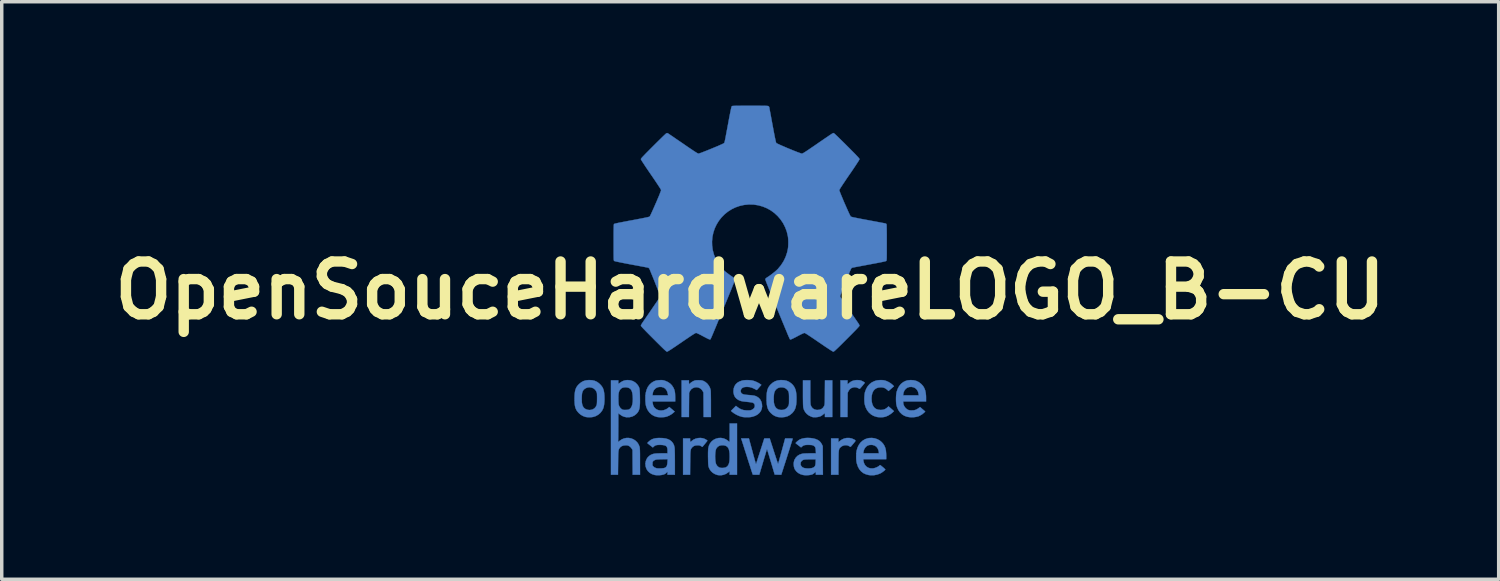
<source format=kicad_pcb>
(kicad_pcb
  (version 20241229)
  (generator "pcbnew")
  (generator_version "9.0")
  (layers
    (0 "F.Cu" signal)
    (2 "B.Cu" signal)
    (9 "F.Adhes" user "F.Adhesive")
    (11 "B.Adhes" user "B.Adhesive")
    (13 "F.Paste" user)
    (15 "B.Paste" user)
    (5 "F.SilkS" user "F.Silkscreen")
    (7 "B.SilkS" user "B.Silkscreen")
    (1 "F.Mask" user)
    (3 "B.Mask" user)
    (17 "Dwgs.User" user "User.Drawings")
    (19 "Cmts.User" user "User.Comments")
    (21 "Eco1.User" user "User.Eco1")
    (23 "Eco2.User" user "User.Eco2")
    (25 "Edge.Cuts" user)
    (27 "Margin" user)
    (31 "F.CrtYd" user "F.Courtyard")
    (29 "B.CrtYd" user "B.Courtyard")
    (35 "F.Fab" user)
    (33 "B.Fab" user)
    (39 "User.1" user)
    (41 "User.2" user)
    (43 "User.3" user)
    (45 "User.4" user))
  (footprint "OpenSouceHardwareLOGO_B-CU"
    (layer "F.Cu")
    (at 18.622 5.339)
    (property "Reference" "OpenSouceHardwareLOGO_B-CU" (at 0 0 0) (layer "F.SilkS") (effects (font (size 1.524 1.524) (thickness 0.3))))
    (attr through_hole)
    (fp_poly (pts (xy 2.928 4.276) (xy 2.979 4.297) (xy 3.011 4.313) (xy 3.031 4.325) (xy 3.04 4.337) (xy 3.039 4.351) (xy 3.026 4.371) (xy 3.003 4.399) (xy 2.985 4.421) (xy 2.958 4.453) (xy 2.935 4.48) (xy 2.917 4.501) (xy 2.908 4.512) (xy 2.898 4.518) (xy 2.886 4.515) (xy 2.873 4.507) (xy 2.823 4.481) (xy 2.768 4.471) (xy 2.713 4.476) (xy 2.661 4.495) (xy 2.621 4.522) (xy 2.606 4.536) (xy 2.592 4.549) (xy 2.581 4.563) (xy 2.573 4.579) (xy 2.566 4.599) (xy 2.561 4.625) (xy 2.557 4.658) (xy 2.554 4.699) (xy 2.553 4.751) (xy 2.552 4.816) (xy 2.551 4.894) (xy 2.55 4.976) (xy 2.548 5.326) (xy 2.337 5.326) (xy 2.337 4.276) (xy 2.548 4.276) (xy 2.548 4.387) (xy 2.589 4.351) (xy 2.649 4.309) (xy 2.715 4.279) (xy 2.786 4.264) (xy 2.858 4.263) (xy 2.928 4.276)) (stroke (width 0.01) (type solid)) (fill yes) (layer "B.Cu"))
    (fp_poly (pts (xy 3.148 2.594) (xy 3.178 2.598) (xy 3.181 2.599) (xy 3.205 2.607) (xy 3.234 2.619) (xy 3.263 2.634) (xy 3.288 2.649) (xy 3.305 2.661) (xy 3.31 2.668) (xy 3.305 2.676) (xy 3.292 2.694) (xy 3.272 2.718) (xy 3.249 2.747) (xy 3.224 2.776) (xy 3.201 2.803) (xy 3.181 2.826) (xy 3.168 2.841) (xy 3.163 2.845) (xy 3.155 2.841) (xy 3.136 2.832) (xy 3.123 2.825) (xy 3.071 2.803) (xy 3.019 2.797) (xy 2.976 2.802) (xy 2.922 2.821) (xy 2.879 2.853) (xy 2.845 2.898) (xy 2.839 2.91) (xy 2.815 2.959) (xy 2.81 3.658) (xy 2.608 3.658) (xy 2.608 2.599) (xy 2.811 2.599) (xy 2.811 2.654) (xy 2.812 2.682) (xy 2.814 2.702) (xy 2.816 2.709) (xy 2.825 2.704) (xy 2.842 2.69) (xy 2.859 2.675) (xy 2.912 2.635) (xy 2.969 2.609) (xy 3.036 2.595) (xy 3.067 2.592) (xy 3.108 2.592) (xy 3.148 2.594)) (stroke (width 0.01) (type solid)) (fill yes) (layer "B.Cu"))
    (fp_poly (pts (xy -1.374 4.27) (xy -1.334 4.282) (xy -1.303 4.296) (xy -1.275 4.311) (xy -1.253 4.326) (xy -1.239 4.338) (xy -1.238 4.344) (xy -1.244 4.353) (xy -1.259 4.372) (xy -1.28 4.399) (xy -1.306 4.431) (xy -1.311 4.436) (xy -1.381 4.521) (xy -1.421 4.498) (xy -1.445 4.485) (xy -1.468 4.478) (xy -1.496 4.475) (xy -1.524 4.475) (xy -1.581 4.48) (xy -1.626 4.495) (xy -1.665 4.523) (xy -1.683 4.542) (xy -1.694 4.556) (xy -1.703 4.57) (xy -1.711 4.585) (xy -1.717 4.602) (xy -1.721 4.624) (xy -1.725 4.652) (xy -1.728 4.689) (xy -1.73 4.735) (xy -1.731 4.792) (xy -1.732 4.862) (xy -1.733 4.946) (xy -1.734 4.981) (xy -1.737 5.326) (xy -1.939 5.326) (xy -1.939 4.276) (xy -1.736 4.276) (xy -1.736 4.325) (xy -1.735 4.352) (xy -1.733 4.372) (xy -1.731 4.379) (xy -1.723 4.377) (xy -1.707 4.365) (xy -1.692 4.351) (xy -1.64 4.312) (xy -1.578 4.284) (xy -1.511 4.267) (xy -1.441 4.262) (xy -1.374 4.27)) (stroke (width 0.01) (type solid)) (fill yes) (layer "B.Cu"))
    (fp_poly (pts (xy -1.449 2.596) (xy -1.415 2.598) (xy -1.388 2.603) (xy -1.363 2.611) (xy -1.352 2.615) (xy -1.294 2.647) (xy -1.241 2.692) (xy -1.197 2.748) (xy -1.163 2.811) (xy -1.143 2.877) (xy -1.143 2.878) (xy -1.141 2.897) (xy -1.139 2.931) (xy -1.138 2.978) (xy -1.137 3.037) (xy -1.136 3.106) (xy -1.135 3.182) (xy -1.135 3.265) (xy -1.135 3.29) (xy -1.135 3.658) (xy -1.346 3.658) (xy -1.348 3.304) (xy -1.35 2.95) (xy -1.372 2.908) (xy -1.405 2.862) (xy -1.449 2.827) (xy -1.5 2.805) (xy -1.508 2.803) (xy -1.566 2.797) (xy -1.619 2.807) (xy -1.67 2.831) (xy -1.699 2.851) (xy -1.72 2.875) (xy -1.74 2.908) (xy -1.765 2.958) (xy -1.768 3.308) (xy -1.77 3.658) (xy -1.981 3.658) (xy -1.981 2.599) (xy -1.77 2.599) (xy -1.77 2.654) (xy -1.769 2.682) (xy -1.767 2.702) (xy -1.765 2.709) (xy -1.757 2.704) (xy -1.741 2.69) (xy -1.729 2.679) (xy -1.704 2.658) (xy -1.672 2.637) (xy -1.643 2.621) (xy -1.617 2.61) (xy -1.595 2.602) (xy -1.572 2.598) (xy -1.544 2.596) (xy -1.505 2.595) (xy -1.494 2.595) (xy -1.449 2.596)) (stroke (width 0.01) (type solid)) (fill yes) (layer "B.Cu"))
    (fp_poly (pts (xy 1.736 2.937) (xy 1.736 3.027) (xy 1.736 3.101) (xy 1.737 3.162) (xy 1.738 3.21) (xy 1.74 3.248) (xy 1.742 3.276) (xy 1.744 3.297) (xy 1.747 3.312) (xy 1.748 3.314) (xy 1.772 3.367) (xy 1.807 3.408) (xy 1.853 3.437) (xy 1.909 3.452) (xy 1.945 3.454) (xy 2.007 3.447) (xy 2.058 3.427) (xy 2.1 3.393) (xy 2.133 3.344) (xy 2.137 3.336) (xy 2.141 3.326) (xy 2.145 3.315) (xy 2.148 3.302) (xy 2.15 3.285) (xy 2.152 3.262) (xy 2.154 3.232) (xy 2.155 3.193) (xy 2.156 3.143) (xy 2.156 3.08) (xy 2.157 3.003) (xy 2.157 2.949) (xy 2.16 2.599) (xy 2.371 2.599) (xy 2.371 3.658) (xy 2.159 3.658) (xy 2.159 3.603) (xy 2.158 3.575) (xy 2.156 3.555) (xy 2.154 3.548) (xy 2.145 3.553) (xy 2.128 3.567) (xy 2.111 3.582) (xy 2.063 3.619) (xy 2.011 3.644) (xy 1.951 3.658) (xy 1.897 3.663) (xy 1.851 3.664) (xy 1.817 3.662) (xy 1.789 3.656) (xy 1.774 3.651) (xy 1.7 3.617) (xy 1.638 3.571) (xy 1.589 3.515) (xy 1.553 3.449) (xy 1.533 3.379) (xy 1.531 3.36) (xy 1.529 3.326) (xy 1.527 3.278) (xy 1.526 3.219) (xy 1.525 3.15) (xy 1.524 3.073) (xy 1.524 2.99) (xy 1.524 2.966) (xy 1.524 2.599) (xy 1.736 2.599) (xy 1.736 2.937)) (stroke (width 0.01) (type solid)) (fill yes) (layer "B.Cu"))
    (fp_poly (pts (xy 3.821 2.592) (xy 3.858 2.596) (xy 3.893 2.604) (xy 3.926 2.615) (xy 3.986 2.641) (xy 4.046 2.676) (xy 4.1 2.717) (xy 4.128 2.743) (xy 4.153 2.77) (xy 4.131 2.788) (xy 4.114 2.802) (xy 4.089 2.824) (xy 4.061 2.849) (xy 4.052 2.856) (xy 3.996 2.906) (xy 3.958 2.871) (xy 3.912 2.835) (xy 3.867 2.813) (xy 3.816 2.802) (xy 3.772 2.8) (xy 3.702 2.807) (xy 3.643 2.827) (xy 3.594 2.861) (xy 3.556 2.907) (xy 3.528 2.967) (xy 3.511 3.04) (xy 3.505 3.125) (xy 3.505 3.128) (xy 3.511 3.214) (xy 3.527 3.287) (xy 3.554 3.346) (xy 3.591 3.393) (xy 3.64 3.427) (xy 3.699 3.447) (xy 3.769 3.454) (xy 3.774 3.454) (xy 3.839 3.448) (xy 3.895 3.429) (xy 3.948 3.394) (xy 3.961 3.382) (xy 3.996 3.351) (xy 4.044 3.392) (xy 4.073 3.417) (xy 4.101 3.442) (xy 4.122 3.461) (xy 4.153 3.488) (xy 4.102 3.535) (xy 4.042 3.581) (xy 3.976 3.62) (xy 3.908 3.648) (xy 3.89 3.653) (xy 3.843 3.661) (xy 3.787 3.665) (xy 3.728 3.664) (xy 3.673 3.658) (xy 3.648 3.653) (xy 3.565 3.625) (xy 3.492 3.583) (xy 3.43 3.528) (xy 3.378 3.461) (xy 3.337 3.38) (xy 3.314 3.31) (xy 3.304 3.263) (xy 3.299 3.204) (xy 3.297 3.138) (xy 3.299 3.072) (xy 3.304 3.009) (xy 3.312 2.954) (xy 3.317 2.934) (xy 3.35 2.846) (xy 3.394 2.77) (xy 3.449 2.707) (xy 3.515 2.657) (xy 3.592 2.62) (xy 3.645 2.604) (xy 3.678 2.598) (xy 3.72 2.593) (xy 3.764 2.591) (xy 3.776 2.591) (xy 3.821 2.592)) (stroke (width 0.01) (type solid)) (fill yes) (layer "B.Cu"))
    (fp_poly (pts (xy 4.728 2.597) (xy 4.803 2.617) (xy 4.872 2.651) (xy 4.935 2.7) (xy 4.949 2.713) (xy 4.995 2.765) (xy 5.029 2.822) (xy 5.054 2.886) (xy 5.07 2.959) (xy 5.079 3.044) (xy 5.08 3.101) (xy 5.08 3.209) (xy 4.42 3.209) (xy 4.42 3.238) (xy 4.427 3.291) (xy 4.449 3.344) (xy 4.483 3.392) (xy 4.525 3.43) (xy 4.553 3.447) (xy 4.577 3.457) (xy 4.602 3.463) (xy 4.634 3.466) (xy 4.669 3.466) (xy 4.724 3.464) (xy 4.769 3.454) (xy 4.812 3.436) (xy 4.858 3.407) (xy 4.867 3.4) (xy 4.907 3.371) (xy 5.056 3.499) (xy 5.024 3.532) (xy 4.963 3.582) (xy 4.89 3.623) (xy 4.853 3.639) (xy 4.799 3.653) (xy 4.735 3.662) (xy 4.666 3.665) (xy 4.599 3.661) (xy 4.539 3.651) (xy 4.53 3.649) (xy 4.451 3.62) (xy 4.383 3.577) (xy 4.325 3.521) (xy 4.278 3.453) (xy 4.242 3.372) (xy 4.228 3.322) (xy 4.219 3.276) (xy 4.214 3.217) (xy 4.212 3.152) (xy 4.213 3.085) (xy 4.217 3.031) (xy 4.417 3.031) (xy 4.87 3.031) (xy 4.864 2.991) (xy 4.848 2.926) (xy 4.819 2.873) (xy 4.78 2.832) (xy 4.73 2.803) (xy 4.67 2.789) (xy 4.656 2.787) (xy 4.596 2.791) (xy 4.542 2.809) (xy 4.496 2.841) (xy 4.459 2.885) (xy 4.434 2.939) (xy 4.423 2.989) (xy 4.417 3.031) (xy 4.217 3.031) (xy 4.217 3.02) (xy 4.224 2.964) (xy 4.232 2.927) (xy 4.262 2.842) (xy 4.301 2.769) (xy 4.35 2.708) (xy 4.361 2.697) (xy 4.42 2.651) (xy 4.481 2.619) (xy 4.549 2.599) (xy 4.627 2.591) (xy 4.644 2.591) (xy 4.728 2.597)) (stroke (width 0.01) (type solid)) (fill yes) (layer "B.Cu"))
    (fp_poly (pts (xy -2.541 2.592) (xy -2.514 2.596) (xy -2.485 2.603) (xy -2.46 2.611) (xy -2.382 2.645) (xy -2.317 2.688) (xy -2.263 2.741) (xy -2.22 2.807) (xy -2.217 2.813) (xy -2.198 2.854) (xy -2.185 2.894) (xy -2.176 2.936) (xy -2.17 2.985) (xy -2.168 3.045) (xy -2.167 3.084) (xy -2.167 3.209) (xy -2.822 3.209) (xy -2.817 3.259) (xy -2.804 3.319) (xy -2.778 3.371) (xy -2.739 3.413) (xy -2.692 3.445) (xy -2.636 3.464) (xy -2.575 3.471) (xy -2.51 3.463) (xy -2.489 3.458) (xy -2.42 3.43) (xy -2.364 3.391) (xy -2.361 3.389) (xy -2.338 3.368) (xy -2.26 3.434) (xy -2.182 3.501) (xy -2.227 3.541) (xy -2.282 3.583) (xy -2.346 3.619) (xy -2.411 3.645) (xy -2.439 3.653) (xy -2.484 3.66) (xy -2.539 3.664) (xy -2.596 3.665) (xy -2.651 3.661) (xy -2.695 3.655) (xy -2.699 3.654) (xy -2.778 3.627) (xy -2.848 3.586) (xy -2.907 3.532) (xy -2.955 3.467) (xy -2.965 3.449) (xy -2.987 3.404) (xy -3.003 3.36) (xy -3.015 3.314) (xy -3.022 3.261) (xy -3.027 3.197) (xy -3.028 3.167) (xy -3.027 3.054) (xy -3.025 3.031) (xy -2.822 3.031) (xy -2.371 3.031) (xy -2.376 3.004) (xy -2.394 2.933) (xy -2.421 2.876) (xy -2.457 2.834) (xy -2.503 2.805) (xy -2.558 2.79) (xy -2.574 2.788) (xy -2.637 2.79) (xy -2.693 2.806) (xy -2.741 2.836) (xy -2.779 2.877) (xy -2.805 2.929) (xy -2.817 2.985) (xy -2.822 3.031) (xy -3.025 3.031) (xy -3.015 2.953) (xy -2.991 2.865) (xy -2.956 2.788) (xy -2.909 2.724) (xy -2.853 2.672) (xy -2.803 2.639) (xy -2.754 2.616) (xy -2.701 2.601) (xy -2.638 2.594) (xy -2.616 2.593) (xy -2.573 2.591) (xy -2.541 2.592)) (stroke (width 0.01) (type solid)) (fill yes) (layer "B.Cu"))
    (fp_poly (pts (xy -0.381 5.326) (xy -0.593 5.326) (xy -0.593 5.223) (xy -0.629 5.252) (xy -0.695 5.297) (xy -0.767 5.326) (xy -0.841 5.34) (xy -0.917 5.337) (xy -0.953 5.331) (xy -1.022 5.305) (xy -1.085 5.266) (xy -1.137 5.216) (xy -1.177 5.156) (xy -1.198 5.105) (xy -1.203 5.087) (xy -1.207 5.065) (xy -1.21 5.037) (xy -1.213 5.001) (xy -1.215 4.954) (xy -1.216 4.894) (xy -1.217 4.842) (xy -1.218 4.798) (xy -1.013 4.798) (xy -1.011 4.863) (xy -1.006 4.923) (xy -0.998 4.976) (xy -0.986 5.017) (xy -0.983 5.023) (xy -0.955 5.068) (xy -0.915 5.103) (xy -0.884 5.119) (xy -0.846 5.127) (xy -0.8 5.129) (xy -0.753 5.125) (xy -0.713 5.115) (xy -0.699 5.109) (xy -0.665 5.086) (xy -0.638 5.054) (xy -0.618 5.013) (xy -0.604 4.961) (xy -0.596 4.895) (xy -0.593 4.815) (xy -0.593 4.801) (xy -0.595 4.715) (xy -0.604 4.644) (xy -0.618 4.587) (xy -0.64 4.543) (xy -0.67 4.511) (xy -0.708 4.489) (xy -0.755 4.476) (xy -0.779 4.473) (xy -0.84 4.474) (xy -0.893 4.489) (xy -0.938 4.517) (xy -0.973 4.557) (xy -0.986 4.583) (xy -0.998 4.622) (xy -1.006 4.674) (xy -1.011 4.734) (xy -1.013 4.798) (xy -1.218 4.798) (xy -1.218 4.761) (xy -1.218 4.69) (xy -1.216 4.632) (xy -1.214 4.587) (xy -1.211 4.563) (xy -1.192 4.485) (xy -1.159 4.418) (xy -1.113 4.361) (xy -1.056 4.316) (xy -0.988 4.283) (xy -0.918 4.265) (xy -0.846 4.262) (xy -0.775 4.274) (xy -0.706 4.301) (xy -0.643 4.342) (xy -0.638 4.347) (xy -0.617 4.364) (xy -0.603 4.375) (xy -0.598 4.377) (xy -0.596 4.369) (xy -0.595 4.346) (xy -0.594 4.31) (xy -0.594 4.263) (xy -0.593 4.208) (xy -0.593 4.145) (xy -0.593 4.111) (xy -0.593 3.844) (xy -0.381 3.844) (xy -0.381 5.326)) (stroke (width 0.01) (type solid)) (fill yes) (layer "B.Cu"))
    (fp_poly (pts (xy 3.596 4.273) (xy 3.673 4.299) (xy 3.744 4.338) (xy 3.8 4.385) (xy 3.845 4.437) (xy 3.879 4.492) (xy 3.904 4.555) (xy 3.92 4.626) (xy 3.927 4.71) (xy 3.929 4.764) (xy 3.929 4.877) (xy 3.266 4.877) (xy 3.271 4.925) (xy 3.287 4.989) (xy 3.315 5.044) (xy 3.355 5.088) (xy 3.404 5.12) (xy 3.462 5.139) (xy 3.526 5.143) (xy 3.568 5.139) (xy 3.608 5.128) (xy 3.651 5.112) (xy 3.689 5.093) (xy 3.719 5.073) (xy 3.729 5.064) (xy 3.743 5.051) (xy 3.753 5.046) (xy 3.762 5.051) (xy 3.78 5.065) (xy 3.805 5.085) (xy 3.832 5.107) (xy 3.859 5.13) (xy 3.881 5.151) (xy 3.897 5.166) (xy 3.903 5.174) (xy 3.896 5.185) (xy 3.879 5.203) (xy 3.853 5.224) (xy 3.822 5.247) (xy 3.791 5.268) (xy 3.761 5.285) (xy 3.756 5.288) (xy 3.671 5.32) (xy 3.58 5.338) (xy 3.486 5.34) (xy 3.427 5.334) (xy 3.343 5.312) (xy 3.269 5.278) (xy 3.207 5.23) (xy 3.155 5.169) (xy 3.114 5.096) (xy 3.084 5.009) (xy 3.077 4.983) (xy 3.068 4.93) (xy 3.063 4.866) (xy 3.062 4.796) (xy 3.064 4.728) (xy 3.065 4.707) (xy 3.266 4.707) (xy 3.717 4.707) (xy 3.717 4.684) (xy 3.714 4.661) (xy 3.708 4.632) (xy 3.704 4.617) (xy 3.68 4.56) (xy 3.644 4.515) (xy 3.598 4.484) (xy 3.542 4.466) (xy 3.493 4.462) (xy 3.438 4.467) (xy 3.394 4.481) (xy 3.355 4.508) (xy 3.331 4.532) (xy 3.306 4.566) (xy 3.288 4.602) (xy 3.276 4.647) (xy 3.272 4.671) (xy 3.266 4.707) (xy 3.065 4.707) (xy 3.069 4.665) (xy 3.076 4.623) (xy 3.103 4.535) (xy 3.142 4.458) (xy 3.191 4.392) (xy 3.251 4.339) (xy 3.32 4.298) (xy 3.398 4.272) (xy 3.434 4.266) (xy 3.515 4.262) (xy 3.596 4.273)) (stroke (width 0.01) (type solid)) (fill yes) (layer "B.Cu"))
    (fp_poly (pts (xy -4.561 2.596) (xy -4.49 2.613) (xy -4.426 2.642) (xy -4.367 2.685) (xy -4.327 2.723) (xy -4.291 2.765) (xy -4.264 2.806) (xy -4.244 2.851) (xy -4.229 2.902) (xy -4.219 2.963) (xy -4.212 3.037) (xy -4.211 3.069) (xy -4.209 3.148) (xy -4.213 3.225) (xy -4.22 3.296) (xy -4.231 3.358) (xy -4.244 3.403) (xy -4.279 3.474) (xy -4.328 3.537) (xy -4.388 3.589) (xy -4.458 3.629) (xy -4.527 3.653) (xy -4.573 3.661) (xy -4.629 3.665) (xy -4.687 3.664) (xy -4.739 3.658) (xy -4.766 3.653) (xy -4.835 3.626) (xy -4.901 3.587) (xy -4.958 3.537) (xy -5.005 3.48) (xy -5.024 3.448) (xy -5.041 3.411) (xy -5.054 3.373) (xy -5.063 3.332) (xy -5.069 3.285) (xy -5.073 3.227) (xy -5.074 3.171) (xy -4.867 3.171) (xy -4.863 3.241) (xy -4.853 3.299) (xy -4.836 3.345) (xy -4.813 3.382) (xy -4.782 3.411) (xy -4.751 3.431) (xy -4.697 3.45) (xy -4.637 3.456) (xy -4.578 3.447) (xy -4.541 3.434) (xy -4.496 3.404) (xy -4.459 3.361) (xy -4.435 3.312) (xy -4.43 3.29) (xy -4.427 3.253) (xy -4.425 3.201) (xy -4.424 3.133) (xy -4.424 3.124) (xy -4.424 3.068) (xy -4.425 3.026) (xy -4.426 2.995) (xy -4.428 2.972) (xy -4.432 2.954) (xy -4.437 2.938) (xy -4.444 2.923) (xy -4.475 2.873) (xy -4.518 2.835) (xy -4.57 2.811) (xy -4.63 2.8) (xy -4.654 2.799) (xy -4.699 2.806) (xy -4.744 2.822) (xy -4.784 2.846) (xy -4.812 2.872) (xy -4.831 2.899) (xy -4.844 2.926) (xy -4.854 2.956) (xy -4.86 2.993) (xy -4.864 3.041) (xy -4.866 3.086) (xy -4.867 3.171) (xy -5.074 3.171) (xy -5.074 3.157) (xy -5.075 3.128) (xy -5.073 3.039) (xy -5.067 2.963) (xy -5.057 2.9) (xy -5.041 2.846) (xy -5.019 2.798) (xy -4.99 2.755) (xy -4.953 2.715) (xy -4.941 2.703) (xy -4.882 2.655) (xy -4.822 2.622) (xy -4.756 2.601) (xy -4.68 2.592) (xy -4.644 2.591) (xy -4.561 2.596)) (stroke (width 0.01) (type solid)) (fill yes) (layer "B.Cu"))
    (fp_poly (pts (xy 0.986 2.596) (xy 1.06 2.613) (xy 1.125 2.643) (xy 1.185 2.686) (xy 1.212 2.71) (xy 1.251 2.755) (xy 1.282 2.804) (xy 1.305 2.859) (xy 1.322 2.922) (xy 1.332 2.996) (xy 1.337 3.083) (xy 1.337 3.128) (xy 1.335 3.221) (xy 1.328 3.299) (xy 1.315 3.366) (xy 1.296 3.423) (xy 1.269 3.474) (xy 1.235 3.52) (xy 1.21 3.547) (xy 1.15 3.597) (xy 1.084 3.633) (xy 1.01 3.656) (xy 0.927 3.665) (xy 0.902 3.665) (xy 0.861 3.664) (xy 0.819 3.66) (xy 0.786 3.654) (xy 0.78 3.653) (xy 0.711 3.627) (xy 0.647 3.588) (xy 0.596 3.542) (xy 0.559 3.502) (xy 0.53 3.459) (xy 0.508 3.413) (xy 0.492 3.36) (xy 0.481 3.298) (xy 0.475 3.225) (xy 0.474 3.172) (xy 0.679 3.172) (xy 0.685 3.249) (xy 0.7 3.312) (xy 0.722 3.362) (xy 0.754 3.402) (xy 0.795 3.431) (xy 0.809 3.438) (xy 0.844 3.449) (xy 0.888 3.454) (xy 0.935 3.453) (xy 0.978 3.446) (xy 0.983 3.445) (xy 1.024 3.425) (xy 1.062 3.393) (xy 1.094 3.353) (xy 1.102 3.338) (xy 1.109 3.323) (xy 1.114 3.309) (xy 1.117 3.292) (xy 1.12 3.27) (xy 1.121 3.24) (xy 1.122 3.2) (xy 1.122 3.146) (xy 1.122 3.128) (xy 1.122 3.065) (xy 1.12 3.015) (xy 1.118 2.977) (xy 1.113 2.947) (xy 1.106 2.924) (xy 1.095 2.904) (xy 1.081 2.884) (xy 1.066 2.866) (xy 1.026 2.832) (xy 0.978 2.81) (xy 0.925 2.8) (xy 0.872 2.801) (xy 0.82 2.813) (xy 0.774 2.837) (xy 0.737 2.872) (xy 0.727 2.886) (xy 0.711 2.914) (xy 0.699 2.941) (xy 0.691 2.971) (xy 0.686 3.009) (xy 0.682 3.058) (xy 0.68 3.082) (xy 0.679 3.172) (xy 0.474 3.172) (xy 0.473 3.138) (xy 0.473 3.129) (xy 0.475 3.039) (xy 0.48 2.964) (xy 0.491 2.901) (xy 0.507 2.846) (xy 0.529 2.799) (xy 0.558 2.756) (xy 0.595 2.714) (xy 0.597 2.713) (xy 0.657 2.661) (xy 0.723 2.624) (xy 0.795 2.601) (xy 0.876 2.591) (xy 0.901 2.591) (xy 0.986 2.596)) (stroke (width 0.01) (type solid)) (fill yes) (layer "B.Cu"))
    (fp_poly (pts (xy 1.731 4.264) (xy 1.81 4.274) (xy 1.884 4.292) (xy 1.947 4.319) (xy 1.949 4.32) (xy 2 4.353) (xy 2.039 4.395) (xy 2.071 4.449) (xy 2.073 4.453) (xy 2.095 4.5) (xy 2.098 4.913) (xy 2.1 5.326) (xy 1.897 5.326) (xy 1.897 5.283) (xy 1.896 5.259) (xy 1.894 5.244) (xy 1.892 5.241) (xy 1.884 5.246) (xy 1.869 5.261) (xy 1.855 5.274) (xy 1.81 5.307) (xy 1.776 5.321) (xy 1.731 5.331) (xy 1.677 5.337) (xy 1.618 5.339) (xy 1.563 5.337) (xy 1.519 5.33) (xy 1.447 5.307) (xy 1.384 5.272) (xy 1.332 5.227) (xy 1.293 5.174) (xy 1.277 5.141) (xy 1.262 5.086) (xy 1.257 5.025) (xy 1.258 4.993) (xy 1.454 4.993) (xy 1.455 5.032) (xy 1.471 5.069) (xy 1.5 5.102) (xy 1.527 5.12) (xy 1.565 5.133) (xy 1.614 5.141) (xy 1.669 5.144) (xy 1.724 5.142) (xy 1.775 5.134) (xy 1.816 5.122) (xy 1.82 5.12) (xy 1.848 5.102) (xy 1.868 5.08) (xy 1.881 5.05) (xy 1.888 5.009) (xy 1.891 4.96) (xy 1.892 4.881) (xy 1.74 4.881) (xy 1.675 4.881) (xy 1.624 4.883) (xy 1.585 4.885) (xy 1.556 4.889) (xy 1.533 4.896) (xy 1.515 4.905) (xy 1.499 4.917) (xy 1.494 4.92) (xy 1.466 4.954) (xy 1.454 4.993) (xy 1.258 4.993) (xy 1.26 4.965) (xy 1.273 4.91) (xy 1.28 4.892) (xy 1.318 4.83) (xy 1.367 4.78) (xy 1.427 4.743) (xy 1.497 4.72) (xy 1.511 4.717) (xy 1.535 4.714) (xy 1.573 4.711) (xy 1.62 4.709) (xy 1.673 4.708) (xy 1.729 4.707) (xy 1.899 4.707) (xy 1.895 4.626) (xy 1.891 4.579) (xy 1.883 4.544) (xy 1.871 4.519) (xy 1.852 4.499) (xy 1.828 4.483) (xy 1.811 4.475) (xy 1.79 4.47) (xy 1.762 4.466) (xy 1.721 4.464) (xy 1.702 4.463) (xy 1.641 4.463) (xy 1.595 4.466) (xy 1.558 4.474) (xy 1.529 4.487) (xy 1.503 4.506) (xy 1.5 4.508) (xy 1.47 4.536) (xy 1.391 4.476) (xy 1.36 4.452) (xy 1.335 4.432) (xy 1.318 4.418) (xy 1.312 4.411) (xy 1.319 4.4) (xy 1.336 4.383) (xy 1.359 4.361) (xy 1.386 4.339) (xy 1.413 4.32) (xy 1.436 4.306) (xy 1.438 4.305) (xy 1.499 4.282) (xy 1.571 4.267) (xy 1.65 4.261) (xy 1.731 4.264)) (stroke (width 0.01) (type solid)) (fill yes) (layer "B.Cu"))
    (fp_poly (pts (xy -0.003 2.595) (xy 0.049 2.601) (xy 0.063 2.604) (xy 0.118 2.619) (xy 0.179 2.644) (xy 0.237 2.673) (xy 0.284 2.702) (xy 0.321 2.729) (xy 0.257 2.804) (xy 0.232 2.833) (xy 0.211 2.857) (xy 0.196 2.873) (xy 0.191 2.879) (xy 0.182 2.875) (xy 0.163 2.865) (xy 0.136 2.851) (xy 0.125 2.845) (xy 0.054 2.812) (xy -0.015 2.793) (xy -0.085 2.787) (xy -0.115 2.787) (xy -0.167 2.793) (xy -0.206 2.805) (xy -0.237 2.825) (xy -0.257 2.848) (xy -0.273 2.882) (xy -0.275 2.919) (xy -0.264 2.954) (xy -0.251 2.97) (xy -0.235 2.984) (xy -0.216 2.995) (xy -0.19 3.004) (xy -0.156 3.011) (xy -0.11 3.017) (xy -0.051 3.022) (xy -0.038 3.023) (xy 0.024 3.028) (xy 0.072 3.034) (xy 0.11 3.04) (xy 0.141 3.047) (xy 0.167 3.057) (xy 0.193 3.069) (xy 0.193 3.069) (xy 0.248 3.106) (xy 0.291 3.155) (xy 0.322 3.216) (xy 0.339 3.28) (xy 0.344 3.353) (xy 0.333 3.42) (xy 0.308 3.482) (xy 0.268 3.536) (xy 0.215 3.583) (xy 0.15 3.62) (xy 0.073 3.647) (xy 0.047 3.653) (xy -0.003 3.661) (xy -0.063 3.664) (xy -0.125 3.664) (xy -0.183 3.661) (xy -0.232 3.654) (xy -0.233 3.654) (xy -0.314 3.629) (xy -0.395 3.593) (xy -0.471 3.548) (xy -0.521 3.51) (xy -0.555 3.481) (xy -0.412 3.336) (xy -0.377 3.364) (xy -0.316 3.408) (xy -0.254 3.439) (xy -0.189 3.458) (xy -0.115 3.466) (xy -0.08 3.467) (xy -0.037 3.467) (xy -0.007 3.465) (xy 0.016 3.461) (xy 0.035 3.455) (xy 0.054 3.446) (xy 0.094 3.42) (xy 0.119 3.39) (xy 0.132 3.353) (xy 0.133 3.347) (xy 0.131 3.307) (xy 0.115 3.273) (xy 0.086 3.249) (xy 0.078 3.245) (xy 0.059 3.24) (xy 0.026 3.234) (xy -0.015 3.228) (xy -0.062 3.223) (xy -0.08 3.221) (xy -0.146 3.214) (xy -0.198 3.208) (xy -0.239 3.201) (xy -0.273 3.193) (xy -0.302 3.182) (xy -0.33 3.17) (xy -0.341 3.164) (xy -0.397 3.126) (xy -0.439 3.079) (xy -0.467 3.021) (xy -0.482 2.953) (xy -0.484 2.908) (xy -0.476 2.834) (xy -0.454 2.769) (xy -0.419 2.713) (xy -0.369 2.666) (xy -0.306 2.63) (xy -0.231 2.605) (xy -0.227 2.604) (xy -0.181 2.596) (xy -0.124 2.592) (xy -0.063 2.592) (xy -0.003 2.595)) (stroke (width 0.01) (type solid)) (fill yes) (layer "B.Cu"))
    (fp_poly (pts (xy -2.522 4.267) (xy -2.445 4.278) (xy -2.381 4.296) (xy -2.326 4.322) (xy -2.278 4.357) (xy -2.278 4.357) (xy -2.234 4.408) (xy -2.203 4.468) (xy -2.185 4.539) (xy -2.185 4.542) (xy -2.183 4.564) (xy -2.181 4.6) (xy -2.18 4.648) (xy -2.178 4.708) (xy -2.177 4.775) (xy -2.177 4.849) (xy -2.176 4.927) (xy -2.176 4.964) (xy -2.176 5.326) (xy -2.388 5.326) (xy -2.388 5.283) (xy -2.388 5.259) (xy -2.39 5.244) (xy -2.392 5.241) (xy -2.4 5.247) (xy -2.414 5.261) (xy -2.422 5.27) (xy -2.457 5.299) (xy -2.504 5.32) (xy -2.565 5.333) (xy -2.629 5.339) (xy -2.698 5.339) (xy -2.755 5.333) (xy -2.766 5.33) (xy -2.84 5.306) (xy -2.903 5.269) (xy -2.954 5.221) (xy -2.993 5.163) (xy -3.018 5.095) (xy -3.022 5.074) (xy -3.027 5.008) (xy -2.824 5.008) (xy -2.823 5.04) (xy -2.818 5.061) (xy -2.809 5.077) (xy -2.802 5.084) (xy -2.765 5.115) (xy -2.717 5.134) (xy -2.693 5.14) (xy -2.661 5.143) (xy -2.619 5.143) (xy -2.572 5.142) (xy -2.527 5.138) (xy -2.49 5.133) (xy -2.48 5.13) (xy -2.447 5.116) (xy -2.422 5.093) (xy -2.405 5.059) (xy -2.394 5.011) (xy -2.389 4.958) (xy -2.385 4.875) (xy -2.549 4.878) (xy -2.608 4.88) (xy -2.653 4.882) (xy -2.686 4.884) (xy -2.711 4.887) (xy -2.73 4.891) (xy -2.745 4.897) (xy -2.752 4.899) (xy -2.787 4.918) (xy -2.809 4.939) (xy -2.82 4.966) (xy -2.824 5.004) (xy -2.824 5.008) (xy -3.027 5.008) (xy -3.027 5.003) (xy -3.017 4.936) (xy -2.993 4.874) (xy -2.957 4.819) (xy -2.908 4.775) (xy -2.868 4.75) (xy -2.838 4.737) (xy -2.808 4.726) (xy -2.776 4.719) (xy -2.739 4.713) (xy -2.693 4.71) (xy -2.637 4.708) (xy -2.567 4.707) (xy -2.556 4.707) (xy -2.388 4.707) (xy -2.388 4.638) (xy -2.39 4.583) (xy -2.399 4.541) (xy -2.416 4.51) (xy -2.442 4.488) (xy -2.481 4.474) (xy -2.532 4.466) (xy -2.583 4.463) (xy -2.642 4.463) (xy -2.688 4.466) (xy -2.723 4.473) (xy -2.752 4.486) (xy -2.777 4.504) (xy -2.781 4.508) (xy -2.812 4.537) (xy -2.89 4.477) (xy -2.921 4.453) (xy -2.946 4.433) (xy -2.964 4.418) (xy -2.97 4.412) (xy -2.966 4.402) (xy -2.951 4.386) (xy -2.929 4.366) (xy -2.904 4.345) (xy -2.88 4.326) (xy -2.858 4.312) (xy -2.856 4.311) (xy -2.811 4.291) (xy -2.764 4.277) (xy -2.712 4.268) (xy -2.65 4.264) (xy -2.612 4.264) (xy -2.522 4.267)) (stroke (width 0.01) (type solid)) (fill yes) (layer "B.Cu"))
    (fp_poly (pts (xy 1.164 4.276) (xy 1.198 4.278) (xy 1.22 4.281) (xy 1.228 4.284) (xy 1.225 4.293) (xy 1.218 4.317) (xy 1.207 4.353) (xy 1.192 4.4) (xy 1.174 4.457) (xy 1.154 4.522) (xy 1.132 4.592) (xy 1.108 4.667) (xy 1.083 4.744) (xy 1.059 4.822) (xy 1.034 4.9) (xy 1.01 4.975) (xy 0.987 5.045) (xy 0.966 5.11) (xy 0.948 5.168) (xy 0.932 5.216) (xy 0.926 5.235) (xy 0.896 5.326) (xy 0.802 5.324) (xy 0.708 5.321) (xy 0.6 4.958) (xy 0.577 4.883) (xy 0.556 4.813) (xy 0.537 4.749) (xy 0.52 4.694) (xy 0.506 4.649) (xy 0.496 4.616) (xy 0.489 4.596) (xy 0.487 4.591) (xy 0.486 4.589) (xy 0.485 4.588) (xy 0.483 4.59) (xy 0.481 4.595) (xy 0.477 4.605) (xy 0.472 4.622) (xy 0.464 4.647) (xy 0.454 4.681) (xy 0.44 4.727) (xy 0.423 4.785) (xy 0.401 4.857) (xy 0.389 4.898) (xy 0.368 4.968) (xy 0.348 5.037) (xy 0.329 5.1) (xy 0.312 5.157) (xy 0.298 5.204) (xy 0.288 5.239) (xy 0.283 5.256) (xy 0.261 5.326) (xy 0.169 5.326) (xy 0.132 5.325) (xy 0.101 5.323) (xy 0.08 5.321) (xy 0.073 5.319) (xy 0.07 5.31) (xy 0.063 5.287) (xy 0.051 5.251) (xy 0.035 5.203) (xy 0.017 5.145) (xy -0.004 5.079) (xy -0.028 5.007) (xy -0.053 4.929) (xy -0.079 4.847) (xy -0.105 4.764) (xy -0.132 4.68) (xy -0.159 4.597) (xy -0.184 4.516) (xy -0.208 4.44) (xy -0.231 4.37) (xy -0.24 4.341) (xy -0.261 4.276) (xy -0.149 4.276) (xy -0.038 4.276) (xy 0.059 4.633) (xy 0.079 4.709) (xy 0.098 4.779) (xy 0.116 4.843) (xy 0.131 4.899) (xy 0.144 4.944) (xy 0.154 4.978) (xy 0.16 4.999) (xy 0.162 5.004) (xy 0.168 5.012) (xy 0.172 5.005) (xy 0.173 5.004) (xy 0.177 4.992) (xy 0.185 4.966) (xy 0.198 4.929) (xy 0.213 4.882) (xy 0.23 4.827) (xy 0.25 4.767) (xy 0.271 4.703) (xy 0.292 4.636) (xy 0.313 4.57) (xy 0.334 4.507) (xy 0.353 4.447) (xy 0.37 4.393) (xy 0.385 4.348) (xy 0.396 4.312) (xy 0.404 4.289) (xy 0.406 4.279) (xy 0.406 4.279) (xy 0.414 4.278) (xy 0.435 4.276) (xy 0.466 4.276) (xy 0.485 4.276) (xy 0.563 4.276) (xy 0.682 4.644) (xy 0.706 4.719) (xy 0.729 4.789) (xy 0.75 4.853) (xy 0.768 4.908) (xy 0.783 4.953) (xy 0.795 4.986) (xy 0.802 5.006) (xy 0.805 5.012) (xy 0.808 5.004) (xy 0.815 4.982) (xy 0.826 4.946) (xy 0.839 4.899) (xy 0.855 4.842) (xy 0.873 4.777) (xy 0.893 4.705) (xy 0.91 4.644) (xy 1.01 4.276) (xy 1.119 4.276) (xy 1.164 4.276)) (stroke (width 0.01) (type solid)) (fill yes) (layer "B.Cu"))
    (fp_poly (pts (xy -3.456 2.599) (xy -3.385 2.622) (xy -3.322 2.659) (xy -3.268 2.711) (xy -3.251 2.733) (xy -3.234 2.758) (xy -3.22 2.782) (xy -3.209 2.806) (xy -3.201 2.834) (xy -3.196 2.867) (xy -3.192 2.908) (xy -3.189 2.959) (xy -3.187 3.024) (xy -3.186 3.08) (xy -3.185 3.175) (xy -3.185 3.255) (xy -3.189 3.322) (xy -3.195 3.378) (xy -3.204 3.425) (xy -3.217 3.465) (xy -3.234 3.499) (xy -3.255 3.53) (xy -3.281 3.56) (xy -3.287 3.566) (xy -3.346 3.613) (xy -3.411 3.645) (xy -3.483 3.662) (xy -3.51 3.664) (xy -3.58 3.663) (xy -3.643 3.65) (xy -3.703 3.624) (xy -3.764 3.583) (xy -3.774 3.575) (xy -3.81 3.546) (xy -3.81 3.926) (xy -3.811 4.006) (xy -3.811 4.082) (xy -3.812 4.151) (xy -3.812 4.213) (xy -3.813 4.265) (xy -3.814 4.305) (xy -3.815 4.332) (xy -3.815 4.341) (xy -3.817 4.363) (xy -3.816 4.376) (xy -3.814 4.377) (xy -3.805 4.372) (xy -3.788 4.359) (xy -3.774 4.347) (xy -3.712 4.305) (xy -3.645 4.277) (xy -3.576 4.263) (xy -3.507 4.263) (xy -3.44 4.276) (xy -3.376 4.301) (xy -3.318 4.338) (xy -3.267 4.386) (xy -3.227 4.445) (xy -3.198 4.513) (xy -3.195 4.524) (xy -3.192 4.539) (xy -3.19 4.561) (xy -3.188 4.59) (xy -3.186 4.629) (xy -3.185 4.679) (xy -3.184 4.74) (xy -3.184 4.816) (xy -3.184 4.906) (xy -3.184 4.947) (xy -3.183 5.326) (xy -3.394 5.326) (xy -3.397 4.967) (xy -3.399 4.609) (xy -3.425 4.567) (xy -3.458 4.527) (xy -3.492 4.5) (xy -3.516 4.487) (xy -3.538 4.479) (xy -3.563 4.475) (xy -3.598 4.475) (xy -3.66 4.481) (xy -3.711 4.499) (xy -3.752 4.529) (xy -3.768 4.549) (xy -3.779 4.564) (xy -3.788 4.578) (xy -3.795 4.594) (xy -3.8 4.613) (xy -3.805 4.636) (xy -3.808 4.666) (xy -3.811 4.704) (xy -3.813 4.751) (xy -3.814 4.81) (xy -3.815 4.882) (xy -3.816 4.969) (xy -3.816 4.985) (xy -3.82 5.326) (xy -4.022 5.326) (xy -4.022 3.084) (xy -3.809 3.084) (xy -3.808 3.153) (xy -3.807 3.208) (xy -3.805 3.248) (xy -3.803 3.279) (xy -3.799 3.302) (xy -3.794 3.321) (xy -3.787 3.338) (xy -3.786 3.341) (xy -3.756 3.391) (xy -3.717 3.428) (xy -3.696 3.441) (xy -3.677 3.448) (xy -3.651 3.452) (xy -3.615 3.453) (xy -3.593 3.452) (xy -3.555 3.451) (xy -3.528 3.447) (xy -3.508 3.442) (xy -3.489 3.432) (xy -3.482 3.427) (xy -3.449 3.395) (xy -3.423 3.349) (xy -3.404 3.289) (xy -3.393 3.217) (xy -3.39 3.134) (xy -3.394 3.04) (xy -3.395 3.036) (xy -3.405 2.965) (xy -3.421 2.909) (xy -3.443 2.866) (xy -3.474 2.835) (xy -3.514 2.814) (xy -3.557 2.802) (xy -3.601 2.799) (xy -3.647 2.802) (xy -3.688 2.812) (xy -3.716 2.826) (xy -3.746 2.852) (xy -3.77 2.882) (xy -3.787 2.918) (xy -3.799 2.962) (xy -3.806 3.017) (xy -3.809 3.084) (xy -4.022 3.084) (xy -4.022 2.599) (xy -3.81 2.599) (xy -3.81 2.703) (xy -3.791 2.689) (xy -3.734 2.65) (xy -3.685 2.622) (xy -3.639 2.604) (xy -3.591 2.594) (xy -3.54 2.591) (xy -3.533 2.591) (xy -3.456 2.599)) (stroke (width 0.01) (type solid)) (fill yes) (layer "B.Cu"))
    (fp_poly (pts (xy 0.106 -5.334) (xy 0.197 -5.334) (xy 0.273 -5.334) (xy 0.337 -5.333) (xy 0.388 -5.333) (xy 0.429 -5.332) (xy 0.461 -5.331) (xy 0.485 -5.33) (xy 0.503 -5.328) (xy 0.515 -5.327) (xy 0.523 -5.324) (xy 0.529 -5.321) (xy 0.533 -5.318) (xy 0.533 -5.317) (xy 0.546 -5.302) (xy 0.55 -5.293) (xy 0.552 -5.283) (xy 0.556 -5.259) (xy 0.563 -5.22) (xy 0.572 -5.17) (xy 0.584 -5.108) (xy 0.597 -5.037) (xy 0.611 -4.959) (xy 0.627 -4.874) (xy 0.643 -4.784) (xy 0.644 -4.782) (xy 0.666 -4.664) (xy 0.685 -4.562) (xy 0.702 -4.476) (xy 0.716 -4.405) (xy 0.728 -4.348) (xy 0.738 -4.306) (xy 0.745 -4.277) (xy 0.751 -4.262) (xy 0.752 -4.259) (xy 0.763 -4.252) (xy 0.788 -4.238) (xy 0.825 -4.221) (xy 0.872 -4.199) (xy 0.927 -4.175) (xy 0.988 -4.149) (xy 1.052 -4.121) (xy 1.119 -4.093) (xy 1.186 -4.066) (xy 1.251 -4.039) (xy 1.313 -4.015) (xy 1.368 -3.993) (xy 1.416 -3.976) (xy 1.454 -3.962) (xy 1.48 -3.954) (xy 1.491 -3.952) (xy 1.499 -3.953) (xy 1.51 -3.956) (xy 1.524 -3.962) (xy 1.542 -3.972) (xy 1.566 -3.987) (xy 1.597 -4.006) (xy 1.637 -4.032) (xy 1.685 -4.064) (xy 1.743 -4.104) (xy 1.814 -4.152) (xy 1.896 -4.208) (xy 1.91 -4.218) (xy 2.004 -4.283) (xy 2.085 -4.338) (xy 2.154 -4.386) (xy 2.213 -4.425) (xy 2.261 -4.458) (xy 2.3 -4.485) (xy 2.331 -4.505) (xy 2.355 -4.521) (xy 2.374 -4.532) (xy 2.387 -4.539) (xy 2.397 -4.543) (xy 2.404 -4.545) (xy 2.408 -4.545) (xy 2.412 -4.543) (xy 2.416 -4.541) (xy 2.42 -4.539) (xy 2.43 -4.531) (xy 2.451 -4.513) (xy 2.481 -4.484) (xy 2.521 -4.447) (xy 2.567 -4.402) (xy 2.62 -4.35) (xy 2.678 -4.293) (xy 2.74 -4.232) (xy 2.801 -4.171) (xy 2.878 -4.094) (xy 2.944 -4.027) (xy 3 -3.971) (xy 3.046 -3.924) (xy 3.082 -3.885) (xy 3.111 -3.855) (xy 3.132 -3.831) (xy 3.146 -3.813) (xy 3.155 -3.801) (xy 3.158 -3.793) (xy 3.158 -3.792) (xy 3.153 -3.78) (xy 3.139 -3.755) (xy 3.115 -3.716) (xy 3.081 -3.664) (xy 3.038 -3.598) (xy 2.985 -3.519) (xy 2.922 -3.426) (xy 2.866 -3.345) (xy 2.797 -3.245) (xy 2.739 -3.158) (xy 2.689 -3.084) (xy 2.649 -3.023) (xy 2.617 -2.974) (xy 2.595 -2.938) (xy 2.58 -2.912) (xy 2.574 -2.898) (xy 2.574 -2.896) (xy 2.577 -2.882) (xy 2.587 -2.855) (xy 2.601 -2.816) (xy 2.621 -2.768) (xy 2.644 -2.712) (xy 2.67 -2.65) (xy 2.697 -2.585) (xy 2.726 -2.517) (xy 2.756 -2.45) (xy 2.785 -2.384) (xy 2.813 -2.322) (xy 2.838 -2.265) (xy 2.861 -2.216) (xy 2.88 -2.177) (xy 2.895 -2.149) (xy 2.904 -2.134) (xy 2.906 -2.132) (xy 2.918 -2.127) (xy 2.946 -2.119) (xy 2.989 -2.109) (xy 3.048 -2.097) (xy 3.122 -2.082) (xy 3.213 -2.064) (xy 3.32 -2.044) (xy 3.408 -2.028) (xy 3.496 -2.011) (xy 3.58 -1.996) (xy 3.658 -1.981) (xy 3.729 -1.968) (xy 3.789 -1.956) (xy 3.84 -1.947) (xy 3.878 -1.94) (xy 3.902 -1.935) (xy 3.91 -1.933) (xy 3.929 -1.923) (xy 3.937 -1.913) (xy 3.939 -1.901) (xy 3.941 -1.873) (xy 3.942 -1.83) (xy 3.943 -1.773) (xy 3.944 -1.701) (xy 3.945 -1.618) (xy 3.945 -1.522) (xy 3.945 -1.415) (xy 3.945 -1.382) (xy 3.945 -1.276) (xy 3.945 -1.185) (xy 3.945 -1.108) (xy 3.945 -1.045) (xy 3.944 -0.994) (xy 3.944 -0.953) (xy 3.943 -0.921) (xy 3.941 -0.897) (xy 3.94 -0.88) (xy 3.938 -0.868) (xy 3.935 -0.86) (xy 3.933 -0.855) (xy 3.93 -0.852) (xy 3.92 -0.847) (xy 3.9 -0.841) (xy 3.867 -0.833) (xy 3.822 -0.823) (xy 3.764 -0.811) (xy 3.691 -0.797) (xy 3.603 -0.78) (xy 3.5 -0.761) (xy 3.436 -0.749) (xy 3.348 -0.732) (xy 3.265 -0.717) (xy 3.188 -0.702) (xy 3.119 -0.689) (xy 3.059 -0.678) (xy 3.01 -0.668) (xy 2.974 -0.661) (xy 2.951 -0.657) (xy 2.944 -0.655) (xy 2.928 -0.645) (xy 2.916 -0.631) (xy 2.91 -0.618) (xy 2.898 -0.591) (xy 2.881 -0.553) (xy 2.862 -0.505) (xy 2.839 -0.449) (xy 2.813 -0.386) (xy 2.787 -0.32) (xy 2.759 -0.251) (xy 2.732 -0.182) (xy 2.705 -0.114) (xy 2.679 -0.049) (xy 2.656 0.01) (xy 2.636 0.063) (xy 2.62 0.107) (xy 2.608 0.14) (xy 2.601 0.16) (xy 2.599 0.166) (xy 2.604 0.181) (xy 2.616 0.206) (xy 2.634 0.234) (xy 2.639 0.242) (xy 2.652 0.262) (xy 2.674 0.294) (xy 2.703 0.336) (xy 2.737 0.387) (xy 2.777 0.444) (xy 2.819 0.505) (xy 2.863 0.57) (xy 2.879 0.593) (xy 2.923 0.658) (xy 2.966 0.721) (xy 3.007 0.78) (xy 3.043 0.833) (xy 3.074 0.878) (xy 3.098 0.913) (xy 3.115 0.938) (xy 3.119 0.943) (xy 3.137 0.972) (xy 3.151 0.998) (xy 3.158 1.016) (xy 3.158 1.019) (xy 3.153 1.028) (xy 3.138 1.047) (xy 3.113 1.075) (xy 3.078 1.113) (xy 3.032 1.161) (xy 2.974 1.22) (xy 2.905 1.29) (xy 2.824 1.371) (xy 2.792 1.403) (xy 2.714 1.481) (xy 2.648 1.547) (xy 2.591 1.603) (xy 2.544 1.649) (xy 2.505 1.686) (xy 2.474 1.715) (xy 2.45 1.737) (xy 2.431 1.753) (xy 2.418 1.763) (xy 2.408 1.768) (xy 2.403 1.77) (xy 2.392 1.766) (xy 2.371 1.755) (xy 2.34 1.736) (xy 2.298 1.71) (xy 2.245 1.674) (xy 2.179 1.631) (xy 2.101 1.578) (xy 2.009 1.515) (xy 1.985 1.499) (xy 1.892 1.435) (xy 1.812 1.381) (xy 1.745 1.336) (xy 1.689 1.299) (xy 1.645 1.27) (xy 1.611 1.249) (xy 1.586 1.236) (xy 1.571 1.229) (xy 1.566 1.228) (xy 1.551 1.232) (xy 1.524 1.243) (xy 1.485 1.261) (xy 1.437 1.285) (xy 1.382 1.313) (xy 1.36 1.326) (xy 1.292 1.361) (xy 1.239 1.388) (xy 1.199 1.406) (xy 1.173 1.416) (xy 1.16 1.418) (xy 1.158 1.418) (xy 1.156 1.418) (xy 1.154 1.417) (xy 1.151 1.414) (xy 1.148 1.41) (xy 1.143 1.402) (xy 1.138 1.391) (xy 1.13 1.375) (xy 1.121 1.353) (xy 1.108 1.326) (xy 1.093 1.291) (xy 1.075 1.248) (xy 1.054 1.196) (xy 1.028 1.134) (xy 0.998 1.063) (xy 0.964 0.98) (xy 0.924 0.885) (xy 0.88 0.777) (xy 0.83 0.655) (xy 0.773 0.519) (xy 0.749 0.462) (xy 0.69 0.317) (xy 0.636 0.187) (xy 0.589 0.072) (xy 0.549 -0.028) (xy 0.515 -0.113) (xy 0.487 -0.183) (xy 0.465 -0.239) (xy 0.449 -0.282) (xy 0.44 -0.31) (xy 0.436 -0.325) (xy 0.436 -0.327) (xy 0.446 -0.342) (xy 0.469 -0.362) (xy 0.493 -0.378) (xy 0.544 -0.411) (xy 0.6 -0.451) (xy 0.657 -0.495) (xy 0.712 -0.539) (xy 0.761 -0.582) (xy 0.8 -0.619) (xy 0.803 -0.623) (xy 0.89 -0.728) (xy 0.964 -0.843) (xy 1.023 -0.965) (xy 1.066 -1.094) (xy 1.088 -1.192) (xy 1.096 -1.25) (xy 1.1 -1.318) (xy 1.101 -1.392) (xy 1.099 -1.464) (xy 1.094 -1.53) (xy 1.088 -1.568) (xy 1.057 -1.7) (xy 1.01 -1.824) (xy 0.951 -1.941) (xy 0.878 -2.049) (xy 0.794 -2.147) (xy 0.699 -2.235) (xy 0.595 -2.311) (xy 0.482 -2.374) (xy 0.361 -2.423) (xy 0.234 -2.459) (xy 0.101 -2.479) (xy 0.09 -2.48) (xy -0.046 -2.482) (xy -0.177 -2.469) (xy -0.303 -2.441) (xy -0.424 -2.399) (xy -0.537 -2.344) (xy -0.643 -2.277) (xy -0.74 -2.199) (xy -0.828 -2.11) (xy -0.905 -2.012) (xy -0.971 -1.905) (xy -1.025 -1.791) (xy -1.065 -1.67) (xy -1.092 -1.543) (xy -1.103 -1.411) (xy -1.1 -1.295) (xy -1.083 -1.166) (xy -1.049 -1.039) (xy -1.001 -0.916) (xy -0.939 -0.801) (xy -0.865 -0.693) (xy -0.779 -0.597) (xy -0.765 -0.584) (xy -0.73 -0.553) (xy -0.685 -0.516) (xy -0.634 -0.477) (xy -0.58 -0.437) (xy -0.529 -0.402) (xy -0.493 -0.378) (xy -0.464 -0.358) (xy -0.444 -0.34) (xy -0.435 -0.327) (xy -0.438 -0.316) (xy -0.447 -0.289) (xy -0.462 -0.248) (xy -0.484 -0.191) (xy -0.512 -0.119) (xy -0.547 -0.031) (xy -0.589 0.071) (xy -0.637 0.19) (xy -0.692 0.323) (xy -0.749 0.462) (xy -0.808 0.604) (xy -0.861 0.731) (xy -0.908 0.844) (xy -0.949 0.944) (xy -0.985 1.032) (xy -1.017 1.108) (xy -1.044 1.173) (xy -1.067 1.228) (xy -1.087 1.275) (xy -1.103 1.313) (xy -1.116 1.343) (xy -1.127 1.367) (xy -1.135 1.385) (xy -1.141 1.398) (xy -1.146 1.407) (xy -1.15 1.413) (xy -1.153 1.416) (xy -1.155 1.417) (xy -1.157 1.418) (xy -1.159 1.418) (xy -1.16 1.418) (xy -1.174 1.416) (xy -1.2 1.406) (xy -1.241 1.387) (xy -1.295 1.359) (xy -1.358 1.326) (xy -1.421 1.292) (xy -1.474 1.265) (xy -1.517 1.245) (xy -1.547 1.232) (xy -1.564 1.228) (xy -1.565 1.228) (xy -1.574 1.23) (xy -1.59 1.238) (xy -1.614 1.252) (xy -1.647 1.272) (xy -1.689 1.299) (xy -1.742 1.334) (xy -1.805 1.377) (xy -1.881 1.428) (xy -1.969 1.488) (xy -1.984 1.499) (xy -2.077 1.562) (xy -2.157 1.617) (xy -2.225 1.662) (xy -2.28 1.699) (xy -2.325 1.727) (xy -2.359 1.748) (xy -2.383 1.762) (xy -2.398 1.769) (xy -2.402 1.77) (xy -2.409 1.768) (xy -2.418 1.763) (xy -2.432 1.753) (xy -2.45 1.737) (xy -2.474 1.716) (xy -2.505 1.687) (xy -2.543 1.65) (xy -2.589 1.605) (xy -2.644 1.55) (xy -2.71 1.485) (xy -2.786 1.409) (xy -2.792 1.403) (xy -2.877 1.318) (xy -2.951 1.243) (xy -3.013 1.18) (xy -3.063 1.128) (xy -3.103 1.086) (xy -3.131 1.055) (xy -3.15 1.033) (xy -3.158 1.021) (xy -3.158 1.019) (xy -3.153 1.004) (xy -3.141 0.98) (xy -3.124 0.951) (xy -3.119 0.943) (xy -3.105 0.924) (xy -3.084 0.892) (xy -3.055 0.85) (xy -3.02 0.799) (xy -2.981 0.742) (xy -2.938 0.68) (xy -2.893 0.614) (xy -2.867 0.576) (xy -2.822 0.51) (xy -2.779 0.447) (xy -2.739 0.388) (xy -2.703 0.336) (xy -2.673 0.292) (xy -2.649 0.257) (xy -2.633 0.234) (xy -2.627 0.226) (xy -2.612 0.2) (xy -2.602 0.177) (xy -2.599 0.166) (xy -2.602 0.155) (xy -2.611 0.13) (xy -2.625 0.093) (xy -2.643 0.046) (xy -2.664 -0.009) (xy -2.688 -0.071) (xy -2.714 -0.137) (xy -2.741 -0.205) (xy -2.768 -0.275) (xy -2.796 -0.343) (xy -2.822 -0.408) (xy -2.847 -0.469) (xy -2.869 -0.522) (xy -2.887 -0.567) (xy -2.902 -0.602) (xy -2.912 -0.624) (xy -2.916 -0.631) (xy -2.931 -0.647) (xy -2.944 -0.655) (xy -2.955 -0.658) (xy -2.981 -0.663) (xy -3.021 -0.671) (xy -3.072 -0.681) (xy -3.134 -0.692) (xy -3.206 -0.706) (xy -3.284 -0.721) (xy -3.369 -0.736) (xy -3.437 -0.749) (xy -3.55 -0.77) (xy -3.648 -0.789) (xy -3.73 -0.805) (xy -3.797 -0.819) (xy -3.85 -0.83) (xy -3.889 -0.839) (xy -3.915 -0.846) (xy -3.928 -0.851) (xy -3.93 -0.852) (xy -3.933 -0.856) (xy -3.936 -0.861) (xy -3.938 -0.869) (xy -3.94 -0.882) (xy -3.942 -0.9) (xy -3.943 -0.925) (xy -3.944 -0.959) (xy -3.944 -1.001) (xy -3.945 -1.055) (xy -3.945 -1.12) (xy -3.945 -1.199) (xy -3.945 -1.292) (xy -3.945 -1.384) (xy -3.945 -1.496) (xy -3.945 -1.592) (xy -3.945 -1.673) (xy -3.944 -1.74) (xy -3.943 -1.795) (xy -3.942 -1.838) (xy -3.941 -1.871) (xy -3.939 -1.894) (xy -3.937 -1.908) (xy -3.935 -1.916) (xy -3.935 -1.916) (xy -3.929 -1.92) (xy -3.916 -1.925) (xy -3.895 -1.931) (xy -3.865 -1.938) (xy -3.825 -1.947) (xy -3.773 -1.958) (xy -3.709 -1.97) (xy -3.631 -1.985) (xy -3.539 -2.003) (xy -3.431 -2.023) (xy -3.425 -2.024) (xy -3.306 -2.046) (xy -3.204 -2.066) (xy -3.117 -2.083) (xy -3.046 -2.097) (xy -2.99 -2.109) (xy -2.948 -2.118) (xy -2.921 -2.126) (xy -2.907 -2.131) (xy -2.906 -2.132) (xy -2.898 -2.142) (xy -2.885 -2.167) (xy -2.867 -2.203) (xy -2.846 -2.249) (xy -2.821 -2.304) (xy -2.794 -2.364) (xy -2.765 -2.429) (xy -2.736 -2.497) (xy -2.706 -2.564) (xy -2.678 -2.631) (xy -2.651 -2.694) (xy -2.627 -2.752) (xy -2.607 -2.803) (xy -2.591 -2.844) (xy -2.58 -2.876) (xy -2.574 -2.894) (xy -2.574 -2.897) (xy -2.578 -2.908) (xy -2.59 -2.93) (xy -2.61 -2.963) (xy -2.639 -3.008) (xy -2.677 -3.066) (xy -2.723 -3.135) (xy -2.779 -3.218) (xy -2.845 -3.314) (xy -2.866 -3.345) (xy -2.937 -3.449) (xy -2.998 -3.539) (xy -3.049 -3.615) (xy -3.09 -3.678) (xy -3.122 -3.727) (xy -3.144 -3.763) (xy -3.156 -3.785) (xy -3.158 -3.792) (xy -3.156 -3.799) (xy -3.148 -3.811) (xy -3.135 -3.828) (xy -3.115 -3.851) (xy -3.087 -3.88) (xy -3.051 -3.918) (xy -3.007 -3.964) (xy -2.952 -4.019) (xy -2.887 -4.085) (xy -2.811 -4.161) (xy -2.801 -4.171) (xy -2.736 -4.236) (xy -2.674 -4.297) (xy -2.616 -4.354) (xy -2.564 -4.405) (xy -2.518 -4.45) (xy -2.48 -4.486) (xy -2.45 -4.514) (xy -2.43 -4.532) (xy -2.421 -4.538) (xy -2.397 -4.544) (xy -2.38 -4.538) (xy -2.37 -4.532) (xy -2.347 -4.517) (xy -2.313 -4.494) (xy -2.269 -4.464) (xy -2.215 -4.428) (xy -2.155 -4.386) (xy -2.088 -4.34) (xy -2.016 -4.291) (xy -1.942 -4.241) (xy -1.85 -4.177) (xy -1.771 -4.123) (xy -1.704 -4.078) (xy -1.647 -4.04) (xy -1.602 -4.01) (xy -1.565 -3.987) (xy -1.537 -3.97) (xy -1.517 -3.959) (xy -1.503 -3.953) (xy -1.496 -3.951) (xy -1.481 -3.954) (xy -1.453 -3.963) (xy -1.413 -3.977) (xy -1.364 -3.996) (xy -1.308 -4.018) (xy -1.246 -4.042) (xy -1.18 -4.069) (xy -1.113 -4.096) (xy -1.046 -4.124) (xy -0.981 -4.151) (xy -0.921 -4.176) (xy -0.868 -4.2) (xy -0.822 -4.22) (xy -0.787 -4.237) (xy -0.765 -4.249) (xy -0.757 -4.254) (xy -0.753 -4.258) (xy -0.75 -4.262) (xy -0.747 -4.267) (xy -0.744 -4.275) (xy -0.74 -4.287) (xy -0.736 -4.303) (xy -0.731 -4.325) (xy -0.725 -4.354) (xy -0.717 -4.391) (xy -0.708 -4.437) (xy -0.698 -4.494) (xy -0.685 -4.562) (xy -0.67 -4.642) (xy -0.652 -4.736) (xy -0.632 -4.845) (xy -0.617 -4.927) (xy -0.599 -5.023) (xy -0.583 -5.103) (xy -0.57 -5.169) (xy -0.559 -5.221) (xy -0.55 -5.261) (xy -0.543 -5.29) (xy -0.537 -5.309) (xy -0.532 -5.318) (xy -0.532 -5.319) (xy -0.528 -5.322) (xy -0.522 -5.325) (xy -0.512 -5.327) (xy -0.499 -5.329) (xy -0.479 -5.33) (xy -0.452 -5.331) (xy -0.417 -5.332) (xy -0.372 -5.333) (xy -0.316 -5.333) (xy -0.248 -5.334) (xy -0.166 -5.334) (xy -0.069 -5.334) (xy 0 -5.334) (xy 0.106 -5.334)) (stroke (width 0.01) (type solid)) (fill yes) (layer "B.Cu")))
  (gr_rect
    (start -3 -3)
    (end 40.244 13.684)
    (stroke (width 0.1) (type default))
    (fill no)
    (layer "Edge.Cuts")))
</source>
